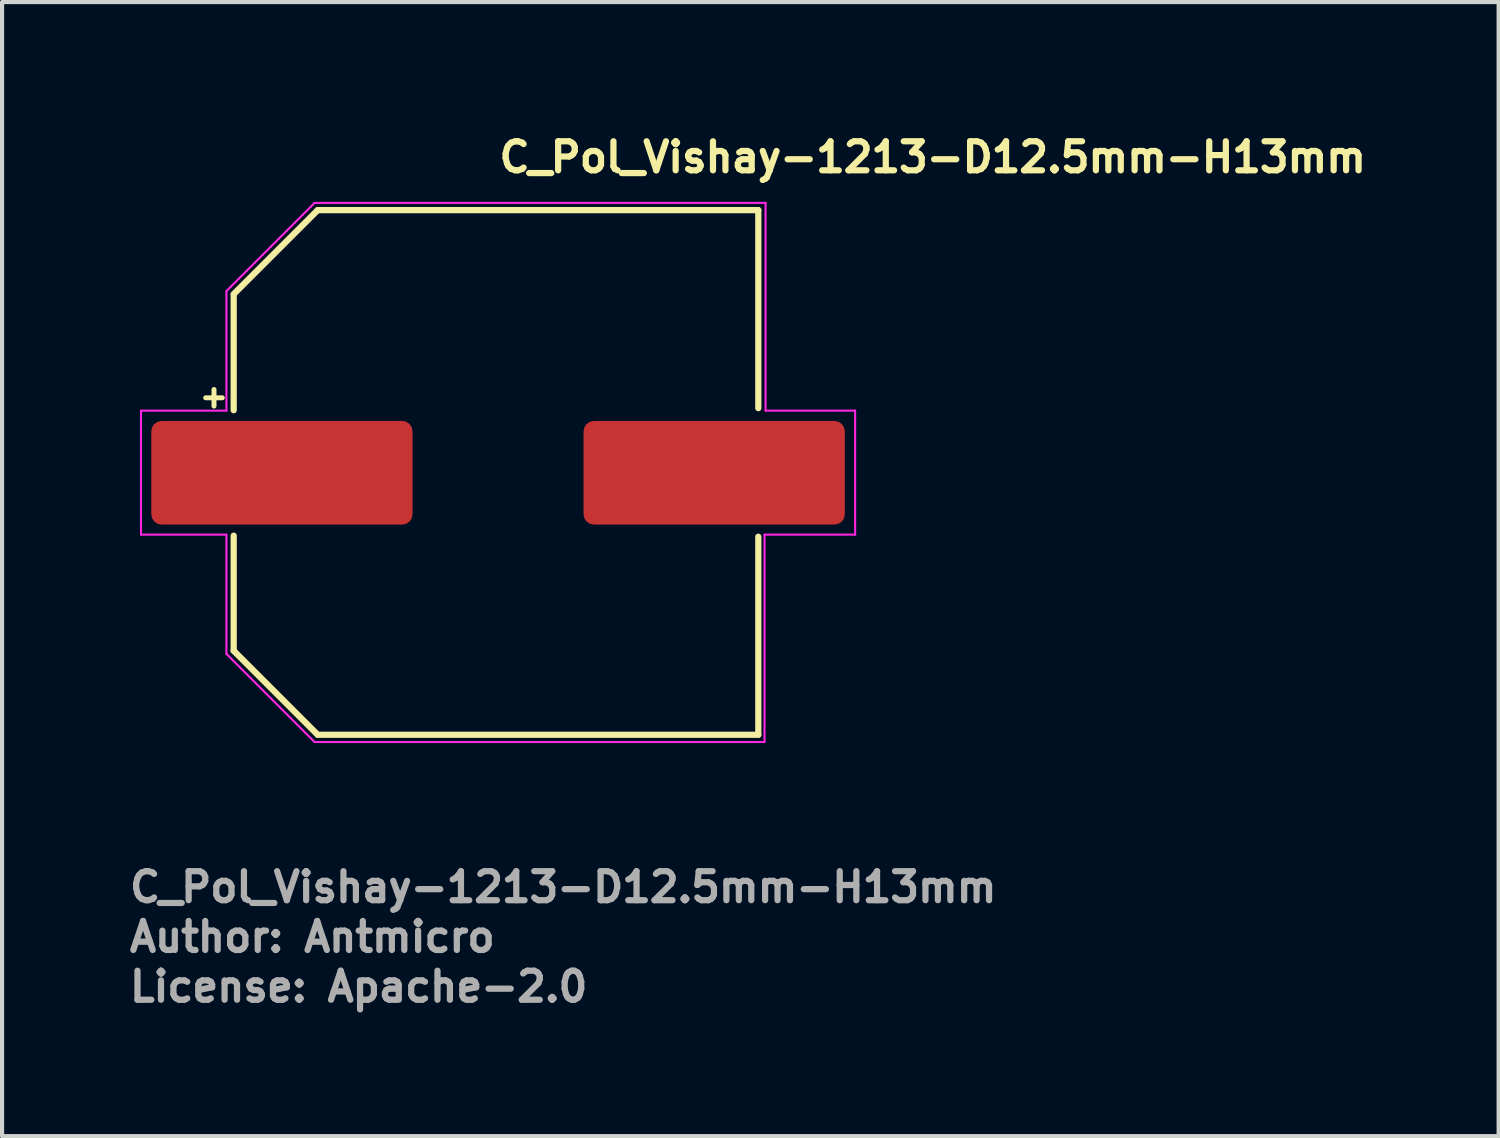
<source format=kicad_pcb>
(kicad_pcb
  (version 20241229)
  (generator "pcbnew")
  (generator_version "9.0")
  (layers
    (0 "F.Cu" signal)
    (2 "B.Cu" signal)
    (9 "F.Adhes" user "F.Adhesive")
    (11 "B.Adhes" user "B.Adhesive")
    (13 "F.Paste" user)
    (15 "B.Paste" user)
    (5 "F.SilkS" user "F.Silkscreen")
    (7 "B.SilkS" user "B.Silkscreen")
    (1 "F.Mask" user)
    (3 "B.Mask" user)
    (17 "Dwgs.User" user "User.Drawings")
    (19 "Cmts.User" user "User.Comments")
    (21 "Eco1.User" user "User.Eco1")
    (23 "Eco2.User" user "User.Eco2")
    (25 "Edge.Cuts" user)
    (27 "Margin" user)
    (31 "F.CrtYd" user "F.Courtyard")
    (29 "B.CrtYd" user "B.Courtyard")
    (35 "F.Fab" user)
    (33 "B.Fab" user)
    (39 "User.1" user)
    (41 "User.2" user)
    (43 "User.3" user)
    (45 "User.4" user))
  (footprint "C_Pol_Vishay-1213-D12.5mm-H13mm"
    (layer "F.Cu")
    (at 8.91 8.342)
    (property "Reference" "C_Pol_Vishay-1213-D12.5mm-H13mm" (at 0 -7.192 0) (layer "F.SilkS") (effects (font (size 0.7 0.7) (thickness 0.15)) (justify left bottom)))
    (attr smd)
    (fp_line (start -7 -1.8) (end -6.6 -1.8) (stroke (width 0.12) (type solid)) (layer "F.SilkS"))
    (fp_line (start -6.8 -2) (end -6.8 -1.6) (stroke (width 0.12) (type solid)) (layer "F.SilkS"))
    (fp_line (start -6.325 -4.3) (end -4.3 -6.325) (stroke (width 0.15) (type solid)) (layer "F.SilkS"))
    (fp_line (start -6.325 -1.5) (end -6.325 -4.275) (stroke (width 0.15) (type solid)) (layer "F.SilkS"))
    (fp_line (start -6.325 4.3) (end -6.325 1.525) (stroke (width 0.15) (type solid)) (layer "F.SilkS"))
    (fp_line (start -6.325 4.3) (end -4.3 6.325) (stroke (width 0.15) (type solid)) (layer "F.SilkS"))
    (fp_line (start 6.325 -6.325) (end -4.3 -6.325) (stroke (width 0.15) (type solid)) (layer "F.SilkS"))
    (fp_line (start 6.325 -6.325) (end 6.325 -1.55) (stroke (width 0.15) (type solid)) (layer "F.SilkS"))
    (fp_line (start 6.325 6.325) (end -4.3 6.325) (stroke (width 0.15) (type solid)) (layer "F.SilkS"))
    (fp_line (start 6.325 6.325) (end 6.325 1.55) (stroke (width 0.15) (type solid)) (layer "F.SilkS"))
    (fp_line (start -8.56 -1.49) (end -6.5 -1.49) (stroke (width 0.05) (type solid)) (layer "F.CrtYd"))
    (fp_line (start -8.56 1.5) (end -8.56 -1.49) (stroke (width 0.05) (type solid)) (layer "F.CrtYd"))
    (fp_line (start -6.5 -4.375) (end -4.375 -6.5) (stroke (width 0.05) (type solid)) (layer "F.CrtYd"))
    (fp_line (start -6.5 -1.49) (end -6.5 -4.375) (stroke (width 0.05) (type solid)) (layer "F.CrtYd"))
    (fp_line (start -6.5 1.5) (end -8.56 1.5) (stroke (width 0.05) (type solid)) (layer "F.CrtYd"))
    (fp_line (start -6.5 4.375) (end -6.5 1.5) (stroke (width 0.05) (type solid)) (layer "F.CrtYd"))
    (fp_line (start -4.375 -6.5) (end 6.5 -6.5) (stroke (width 0.05) (type solid)) (layer "F.CrtYd"))
    (fp_line (start -4.375 6.5) (end -6.5 4.375) (stroke (width 0.05) (type solid)) (layer "F.CrtYd"))
    (fp_line (start 6.475 1.5) (end 6.475 6.5) (stroke (width 0.05) (type solid)) (layer "F.CrtYd"))
    (fp_line (start 6.475 6.5) (end -4.375 6.5) (stroke (width 0.05) (type solid)) (layer "F.CrtYd"))
    (fp_line (start 6.5 -6.5) (end 6.5 -1.49) (stroke (width 0.05) (type solid)) (layer "F.CrtYd"))
    (fp_line (start 6.5 -1.49) (end 8.66 -1.49) (stroke (width 0.05) (type solid)) (layer "F.CrtYd"))
    (fp_line (start 8.66 -1.49) (end 8.66 1.5) (stroke (width 0.05) (type solid)) (layer "F.CrtYd"))
    (fp_line (start 8.66 1.5) (end 6.475 1.5) (stroke (width 0.05) (type solid)) (layer "F.CrtYd"))
    (fp_rect (start -6.248 -6.25) (end 6.25 6.248) (stroke (width 0.1) (type solid)) (fill no) (layer "User.5"))
    (fp_line (start -7.455 0.648) (end -7.455 -0.648) (stroke (width 0.01) (type solid)) (layer "User.9"))
    (fp_line (start -7.455 0.648) (end -6.248 0.648) (stroke (width 0.01) (type solid)) (layer "User.9"))
    (fp_line (start -6.248 -4.26) (end -6.248 -2.272) (stroke (width 0.01) (type solid)) (layer "User.9"))
    (fp_line (start -6.248 -2.272) (end -6.248 2.272) (stroke (width 0.01) (type solid)) (layer "User.9"))
    (fp_line (start -6.248 -2.272) (end -5.484 -2.272) (stroke (width 0.01) (type solid)) (layer "User.9"))
    (fp_line (start -6.248 -0.648) (end -7.455 -0.648) (stroke (width 0.01) (type solid)) (layer "User.9"))
    (fp_line (start -6.248 2.272) (end -6.248 4.26) (stroke (width 0.01) (type solid)) (layer "User.9"))
    (fp_line (start -6.248 4.26) (end -4.26 6.248) (stroke (width 0.01) (type solid)) (layer "User.9"))
    (fp_line (start -5.484 2.272) (end -6.248 2.272) (stroke (width 0.01) (type solid)) (layer "User.9"))
    (fp_line (start -4.26 -6.248) (end -6.248 -4.26) (stroke (width 0.01) (type solid)) (layer "User.9"))
    (fp_line (start -4.26 6.248) (end -2.272 6.248) (stroke (width 0.01) (type solid)) (layer "User.9"))
    (fp_line (start -2.272 -6.248) (end -4.26 -6.248) (stroke (width 0.01) (type solid)) (layer "User.9"))
    (fp_line (start -2.272 -5.484) (end -2.272 -6.248) (stroke (width 0.01) (type solid)) (layer "User.9"))
    (fp_line (start -2.272 6.248) (end -2.272 5.484) (stroke (width 0.01) (type solid)) (layer "User.9"))
    (fp_line (start -2.272 6.248) (end 2.272 6.248) (stroke (width 0.01) (type solid)) (layer "User.9"))
    (fp_line (start 2.272 -6.248) (end -2.272 -6.248) (stroke (width 0.01) (type solid)) (layer "User.9"))
    (fp_line (start 2.272 -6.248) (end 2.272 -5.484) (stroke (width 0.01) (type solid)) (layer "User.9"))
    (fp_line (start 2.272 5.484) (end 2.272 6.248) (stroke (width 0.01) (type solid)) (layer "User.9"))
    (fp_line (start 2.272 6.248) (end 6.248 6.248) (stroke (width 0.01) (type solid)) (layer "User.9"))
    (fp_line (start 5.484 -2.272) (end 6.248 -2.272) (stroke (width 0.01) (type solid)) (layer "User.9"))
    (fp_line (start 6.248 -6.248) (end 2.272 -6.248) (stroke (width 0.01) (type solid)) (layer "User.9"))
    (fp_line (start 6.248 -2.272) (end 6.248 -6.248) (stroke (width 0.01) (type solid)) (layer "User.9"))
    (fp_line (start 6.248 0.648) (end 7.455 0.648) (stroke (width 0.01) (type solid)) (layer "User.9"))
    (fp_line (start 6.248 2.272) (end 5.484 2.272) (stroke (width 0.01) (type solid)) (layer "User.9"))
    (fp_line (start 6.248 2.272) (end 6.248 -2.272) (stroke (width 0.01) (type solid)) (layer "User.9"))
    (fp_line (start 6.248 6.248) (end 6.248 2.272) (stroke (width 0.01) (type solid)) (layer "User.9"))
    (fp_line (start 7.455 -0.648) (end 6.248 -0.648) (stroke (width 0.01) (type solid)) (layer "User.9"))
    (fp_line (start 7.455 -0.648) (end 7.455 0.648) (stroke (width 0.01) (type solid)) (layer "User.9"))
    (fp_circle (center 0 0) (end 1.05 -5.839) (stroke (width 0.02) (type default)) (fill no) (layer "User.9"))
    (fp_text user "${REFERENCE}" (at -8.91 10.408 0) (layer "F.Fab") (effects (font (size 0.7 0.7) (thickness 0.15)) (justify left bottom)))
    (fp_text user "License: Apache-2.0" (at -8.91 12.808 0) (layer "F.Fab") (effects (font (size 0.7 0.7) (thickness 0.15)) (justify left bottom)))
    (fp_text user "Author: Antmicro" (at -8.91 11.608 0) (layer "F.Fab") (effects (font (size 0.7 0.7) (thickness 0.15)) (justify left bottom)))
    (pad "1" smd roundrect (at -5.162 0.008) (size 6.3 2.5) (layers "F.Cu" "F.Mask" "F.Paste") (roundrect_rratio 0.1))
    (pad "2" smd roundrect (at 5.261 0.008) (size 6.3 2.5) (layers "F.Cu" "F.Mask" "F.Paste") (roundrect_rratio 0.1)))
  (gr_rect
    (start -3 -3)
    (end 33.087 24.346)
    (stroke (width 0.1) (type default))
    (fill no)
    (layer "Edge.Cuts")))
</source>
